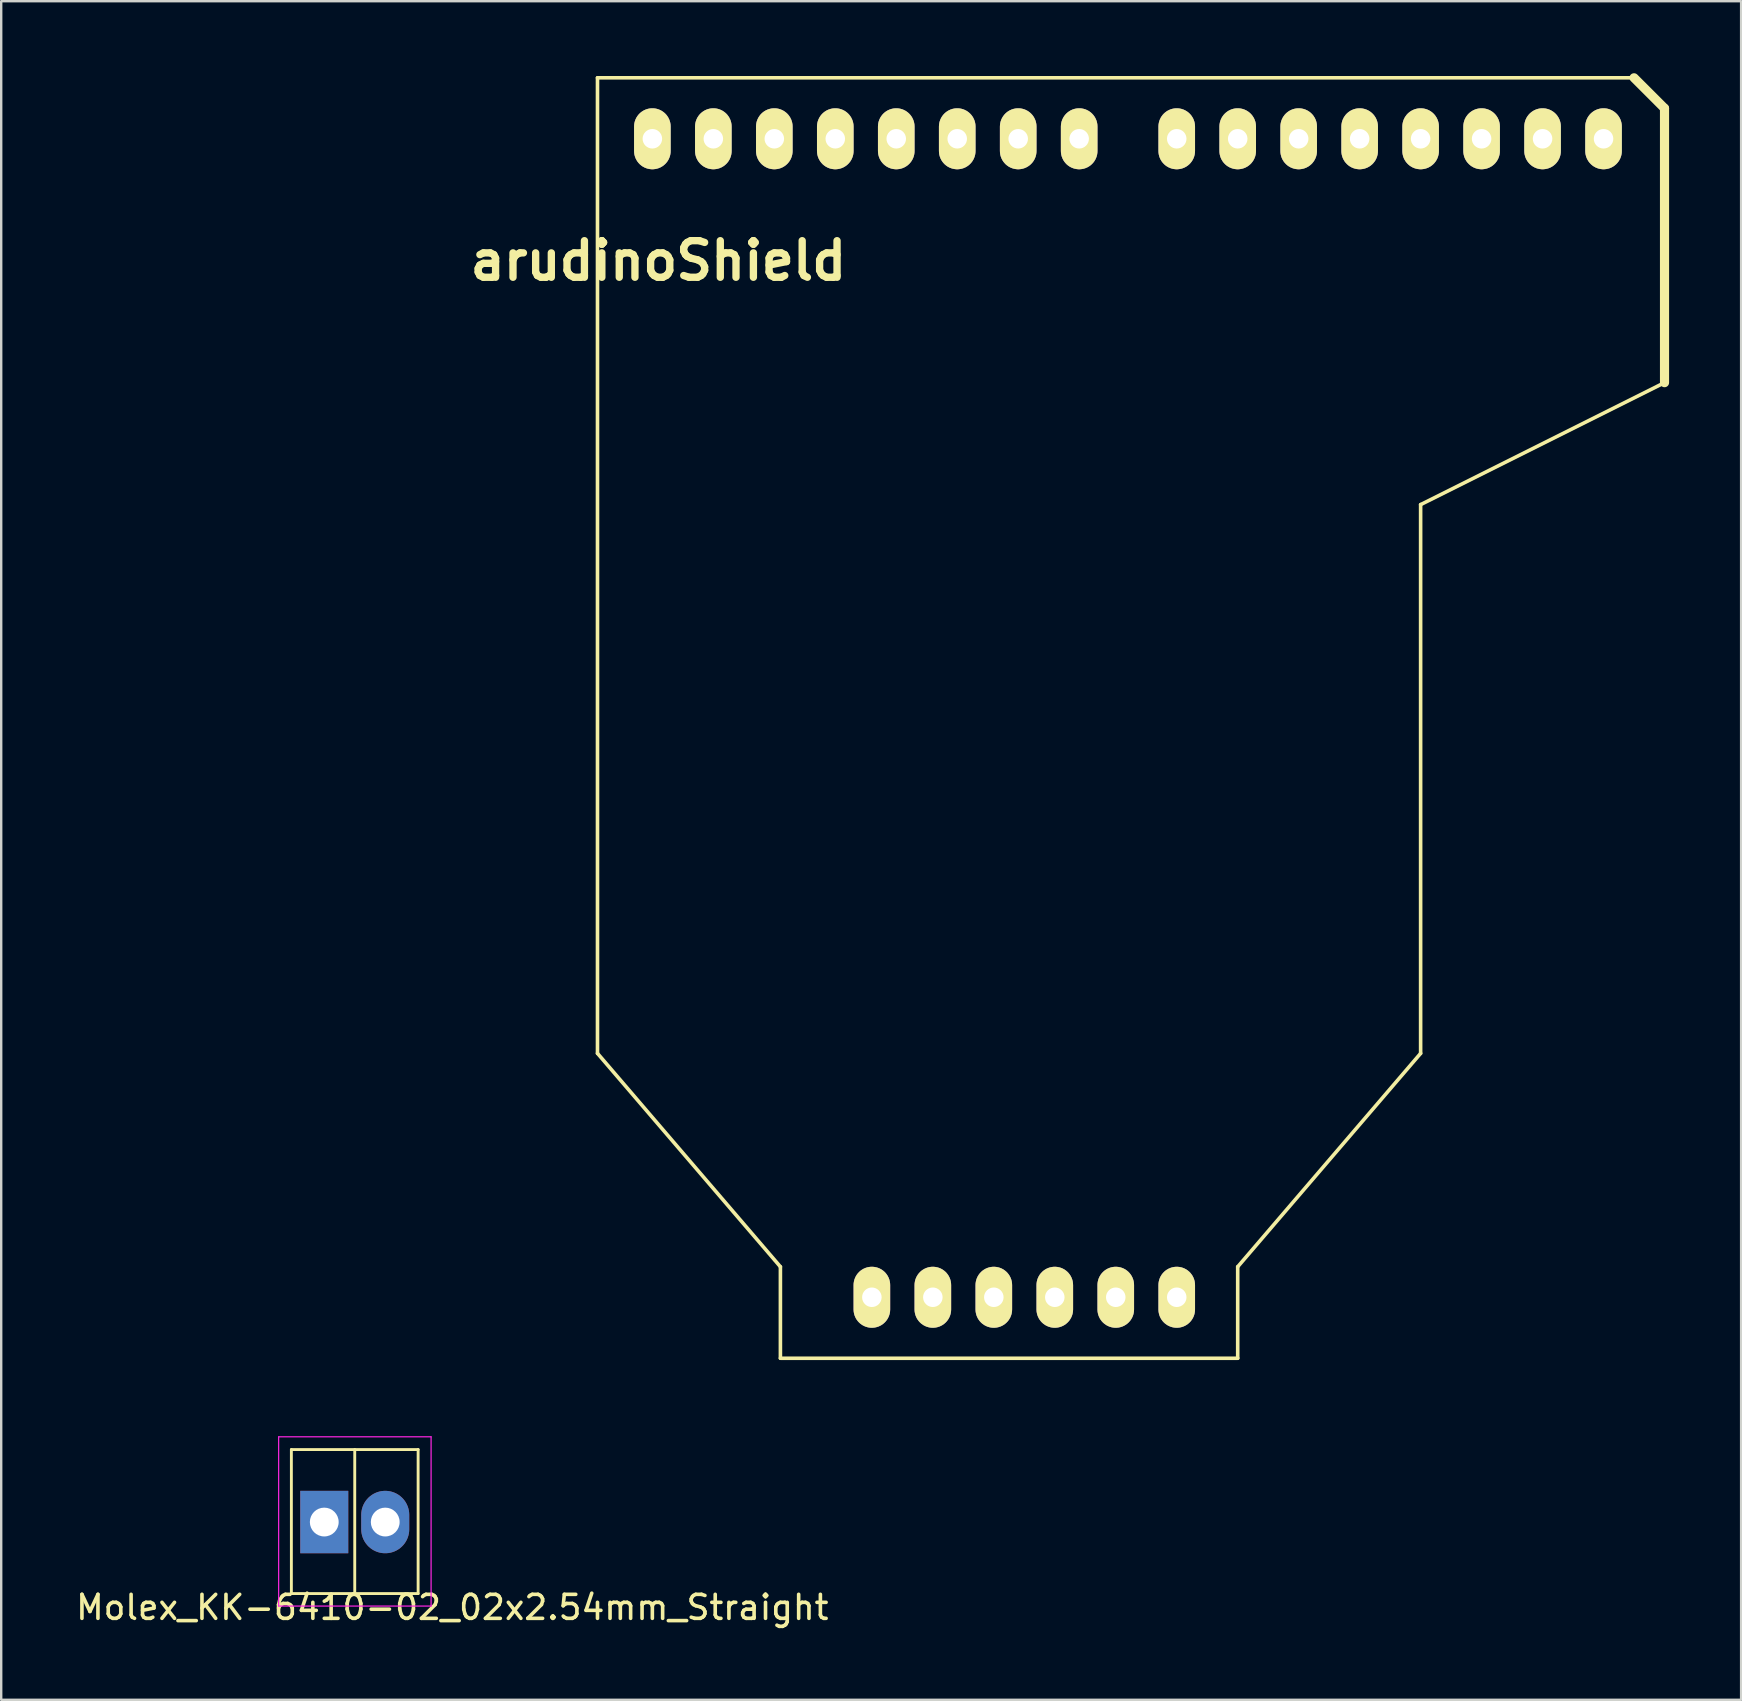
<source format=kicad_pcb>
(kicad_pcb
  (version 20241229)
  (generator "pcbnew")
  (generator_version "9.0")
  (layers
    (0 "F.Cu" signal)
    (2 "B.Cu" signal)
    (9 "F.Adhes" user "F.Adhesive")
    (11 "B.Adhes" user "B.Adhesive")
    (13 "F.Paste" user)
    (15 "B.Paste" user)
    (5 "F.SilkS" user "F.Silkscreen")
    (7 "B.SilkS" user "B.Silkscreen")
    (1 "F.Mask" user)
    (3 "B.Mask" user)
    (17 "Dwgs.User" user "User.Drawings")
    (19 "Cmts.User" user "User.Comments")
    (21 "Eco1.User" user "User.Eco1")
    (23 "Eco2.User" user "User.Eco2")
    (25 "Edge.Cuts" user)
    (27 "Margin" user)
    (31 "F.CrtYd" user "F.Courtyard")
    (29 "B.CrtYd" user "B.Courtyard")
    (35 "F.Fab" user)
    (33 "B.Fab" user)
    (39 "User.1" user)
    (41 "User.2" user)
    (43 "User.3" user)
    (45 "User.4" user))
  (footprint "Molex_KK-6410-02_02x2.54mm_Straight"
    (layer "F.Cu")
    (at 10.458 60.355)
    (property "Reference" "Molex_KK-6410-02_02x2.54mm_Straight" (at 5.334 3.556 0) (layer "F.SilkS") (effects (font (size 1 1) (thickness 0.15))))
    (attr through_hole)
    (fp_line (start -1.37 -3.02) (end -1.37 2.98) (stroke (width 0.12) (type solid)) (layer "F.SilkS"))
    (fp_line (start -1.37 2.98) (end 3.91 2.98) (stroke (width 0.12) (type solid)) (layer "F.SilkS"))
    (fp_line (start 1.27 -3.02) (end 1.27 2.98) (stroke (width 0.12) (type solid)) (layer "F.SilkS"))
    (fp_line (start 3.91 -3.02) (end -1.37 -3.02) (stroke (width 0.12) (type solid)) (layer "F.SilkS"))
    (fp_line (start 3.91 2.98) (end 3.91 -3.02) (stroke (width 0.12) (type solid)) (layer "F.SilkS"))
    (fp_line (start -1.9 -3.55) (end 4.45 -3.55) (stroke (width 0.05) (type solid)) (layer "F.CrtYd"))
    (fp_line (start -1.9 3.5) (end -1.9 -3.55) (stroke (width 0.05) (type solid)) (layer "F.CrtYd"))
    (fp_line (start 4.45 -3.55) (end 4.45 3.5) (stroke (width 0.05) (type solid)) (layer "F.CrtYd"))
    (fp_line (start 4.45 3.5) (end -1.9 3.5) (stroke (width 0.05) (type solid)) (layer "F.CrtYd"))
    (pad "1" thru_hole rect (at 0 0) (size 2 2.6) (drill 1.2) (layers "*.Cu" "*.Mask"))
    (pad "2" thru_hole oval (at 2.54 0) (size 2 2.6) (drill 1.2) (layers "*.Cu" "*.Mask")))
  (footprint "arudinoShield"
    (layer "F.Cu")
    (at 0.25 53.531)
    (property "Reference" "arudinoShield" (at 24.13 -45.72 0) (layer "F.SilkS") (effects (font (size 1.524 1.524) (thickness 0.305))))
    (attr through_hole)
    (fp_line (start 21.59 -53.34) (end 21.59 -12.7) (stroke (width 0.15) (type solid)) (layer "F.SilkS"))
    (fp_line (start 21.59 -12.7) (end 29.21 -3.81) (stroke (width 0.15) (type solid)) (layer "F.SilkS"))
    (fp_line (start 29.21 -3.81) (end 29.21 0) (stroke (width 0.15) (type solid)) (layer "F.SilkS"))
    (fp_line (start 29.21 0) (end 48.26 0) (stroke (width 0.15) (type solid)) (layer "F.SilkS"))
    (fp_line (start 48.26 -3.81) (end 55.88 -12.7) (stroke (width 0.15) (type solid)) (layer "F.SilkS"))
    (fp_line (start 48.26 0) (end 48.26 -3.81) (stroke (width 0.15) (type solid)) (layer "F.SilkS"))
    (fp_line (start 55.88 -35.56) (end 66.04 -40.64) (stroke (width 0.15) (type solid)) (layer "F.SilkS"))
    (fp_line (start 55.88 -12.7) (end 55.88 -35.56) (stroke (width 0.15) (type solid)) (layer "F.SilkS"))
    (fp_line (start 64.77 -53.34) (end 21.59 -53.34) (stroke (width 0.15) (type solid)) (layer "F.SilkS"))
    (fp_line (start 66.04 -52.07) (end 64.77 -53.34) (stroke (width 0.381) (type solid)) (layer "F.SilkS"))
    (fp_line (start 66.04 -40.64) (end 66.04 -52.07) (stroke (width 0.381) (type solid)) (layer "F.SilkS"))
    (pad "0" thru_hole oval (at 63.5 -50.8 90) (size 2.54 1.524) (drill 0.813) (layers "*.Cu" "*.Mask" "F.SilkS"))
    (pad "1" thru_hole oval (at 60.96 -50.8 90) (size 2.54 1.524) (drill 0.813) (layers "*.Cu" "*.Mask" "F.SilkS"))
    (pad "2" thru_hole oval (at 58.42 -50.8 90) (size 2.54 1.524) (drill 0.813) (layers "*.Cu" "*.Mask" "F.SilkS"))
    (pad "3" thru_hole oval (at 55.88 -50.8 90) (size 2.54 1.524) (drill 0.813) (layers "*.Cu" "*.Mask" "F.SilkS"))
    (pad "3V3" thru_hole oval (at 35.56 -2.54 90) (size 2.54 1.524) (drill 0.813) (layers "*.Cu" "*.Mask" "F.SilkS"))
    (pad "4" thru_hole oval (at 53.34 -50.8 90) (size 2.54 1.524) (drill 0.813) (layers "*.Cu" "*.Mask" "F.SilkS"))
    (pad "5" thru_hole oval (at 50.8 -50.8 90) (size 2.54 1.524) (drill 0.813) (layers "*.Cu" "*.Mask" "F.SilkS"))
    (pad "5V" thru_hole oval (at 38.1 -2.54 90) (size 2.54 1.524) (drill 0.813) (layers "*.Cu" "*.Mask" "F.SilkS"))
    (pad "6" thru_hole oval (at 48.26 -50.8 90) (size 2.54 1.524) (drill 0.813) (layers "*.Cu" "*.Mask" "F.SilkS"))
    (pad "7" thru_hole oval (at 45.72 -50.8 90) (size 2.54 1.524) (drill 0.813) (layers "*.Cu" "*.Mask" "F.SilkS"))
    (pad "8" thru_hole oval (at 41.656 -50.8 90) (size 2.54 1.524) (drill 0.813) (layers "*.Cu" "*.Mask" "F.SilkS"))
    (pad "9" thru_hole oval (at 39.116 -50.8 90) (size 2.54 1.524) (drill 0.813) (layers "*.Cu" "*.Mask" "F.SilkS"))
    (pad "10" thru_hole oval (at 36.576 -50.8 90) (size 2.54 1.524) (drill 0.813) (layers "*.Cu" "*.Mask" "F.SilkS"))
    (pad "11" thru_hole oval (at 34.036 -50.8 90) (size 2.54 1.524) (drill 0.813) (layers "*.Cu" "*.Mask" "F.SilkS"))
    (pad "12" thru_hole oval (at 31.496 -50.8 90) (size 2.54 1.524) (drill 0.813) (layers "*.Cu" "*.Mask" "F.SilkS"))
    (pad "13" thru_hole oval (at 28.956 -50.8 90) (size 2.54 1.524) (drill 0.813) (layers "*.Cu" "*.Mask" "F.SilkS"))
    (pad "AREF" thru_hole oval (at 23.876 -50.8 90) (size 2.54 1.524) (drill 0.813) (layers "*.Cu" "*.Mask" "F.SilkS"))
    (pad "GND1" thru_hole oval (at 40.64 -2.54 90) (size 2.54 1.524) (drill 0.813) (layers "*.Cu" "*.Mask" "F.SilkS"))
    (pad "GND2" thru_hole oval (at 43.18 -2.54 90) (size 2.54 1.524) (drill 0.813) (layers "*.Cu" "*.Mask" "F.SilkS"))
    (pad "GND3" thru_hole oval (at 26.416 -50.8 90) (size 2.54 1.524) (drill 0.813) (layers "*.Cu" "*.Mask" "F.SilkS"))
    (pad "RST" thru_hole oval (at 33.02 -2.54 90) (size 2.54 1.524) (drill 0.813) (layers "*.Cu" "*.Mask" "F.SilkS"))
    (pad "V_IN" thru_hole oval (at 45.72 -2.54 90) (size 2.54 1.524) (drill 0.813) (layers "*.Cu" "*.Mask" "F.SilkS")))
  (gr_rect
    (start -3 -3)
    (end 69.481 67.76)
    (stroke (width 0.1) (type default))
    (fill no)
    (layer "Edge.Cuts")))
</source>
